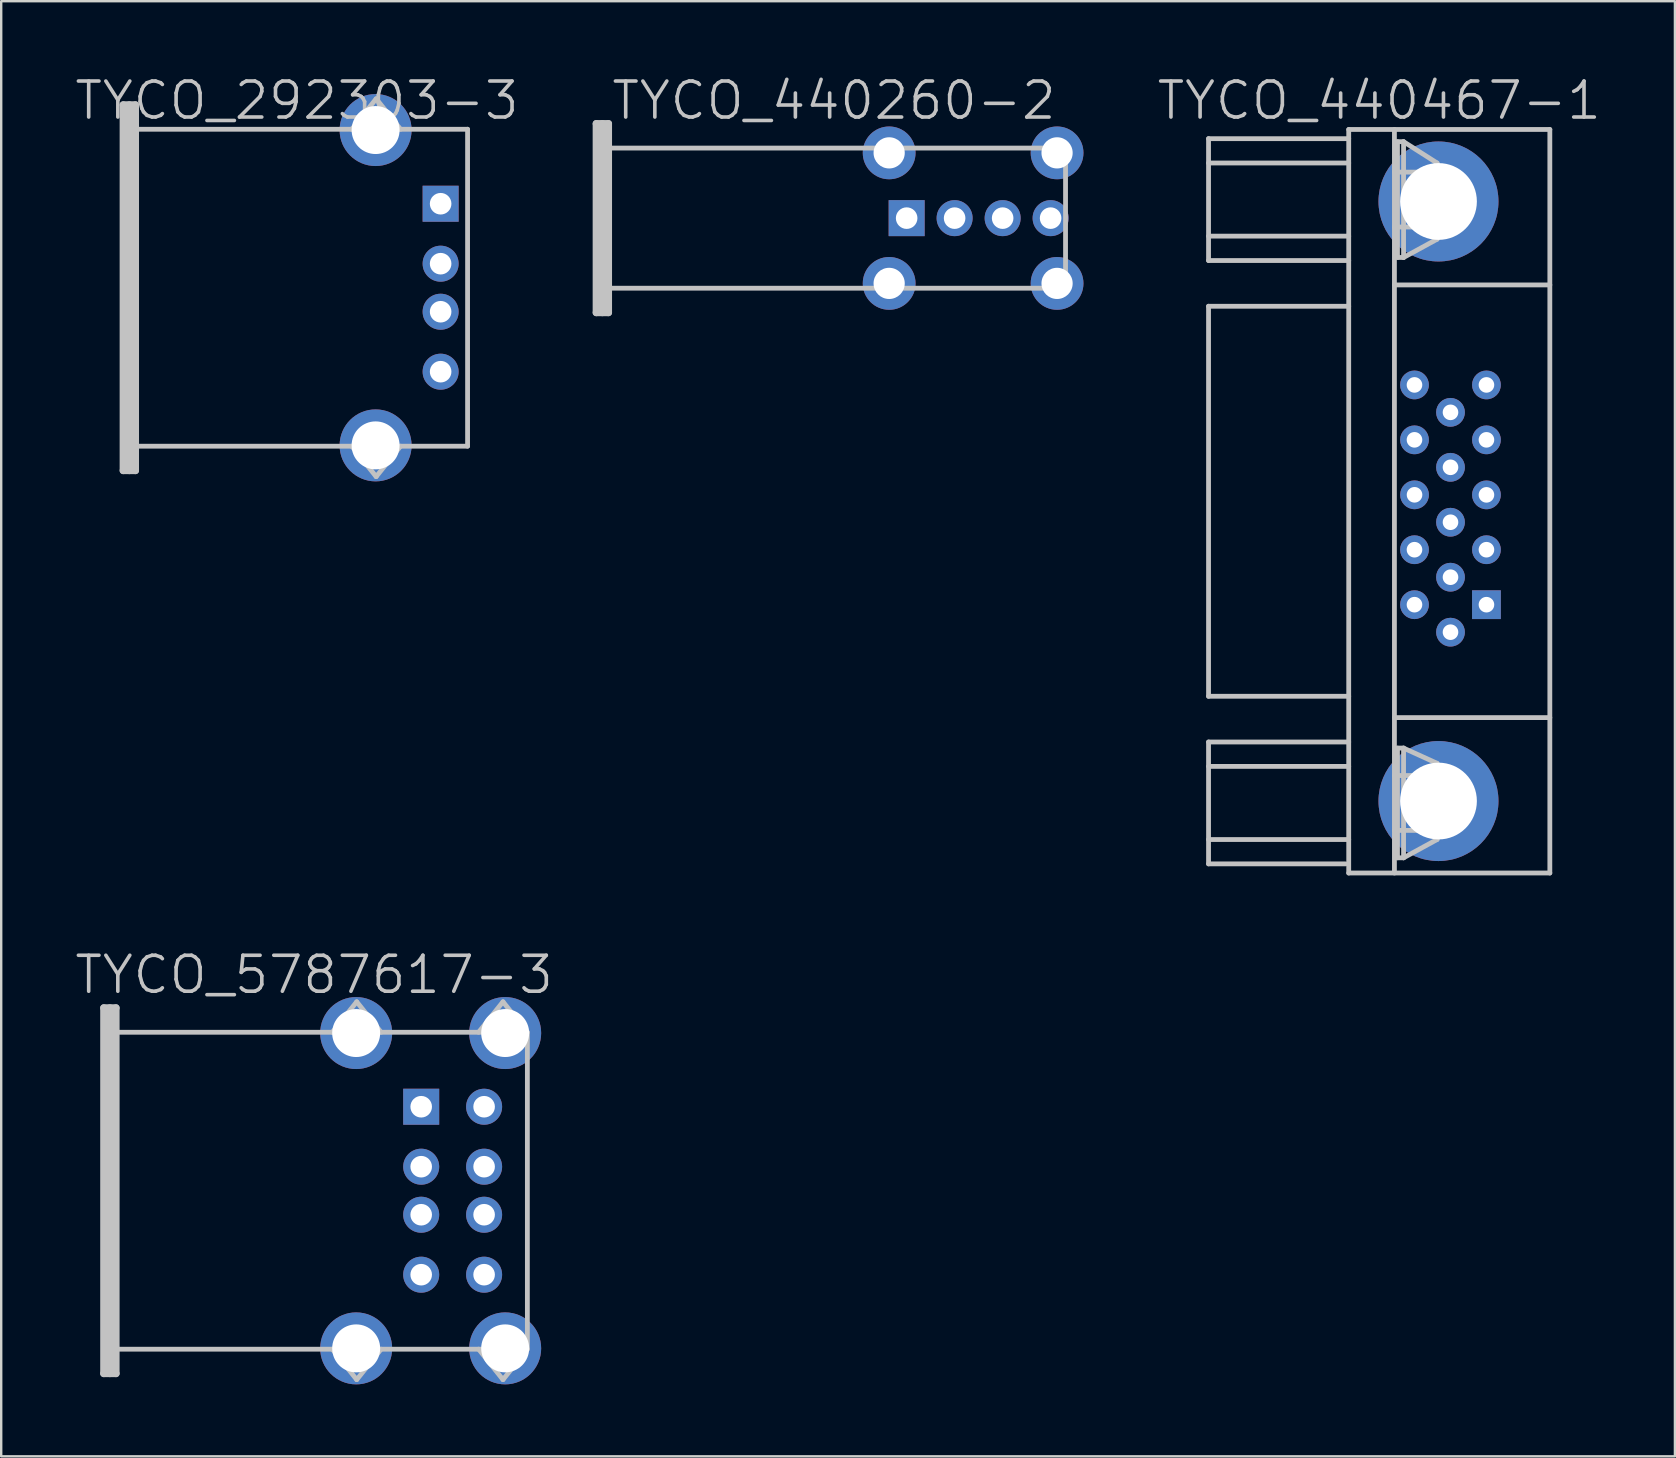
<source format=kicad_pcb>
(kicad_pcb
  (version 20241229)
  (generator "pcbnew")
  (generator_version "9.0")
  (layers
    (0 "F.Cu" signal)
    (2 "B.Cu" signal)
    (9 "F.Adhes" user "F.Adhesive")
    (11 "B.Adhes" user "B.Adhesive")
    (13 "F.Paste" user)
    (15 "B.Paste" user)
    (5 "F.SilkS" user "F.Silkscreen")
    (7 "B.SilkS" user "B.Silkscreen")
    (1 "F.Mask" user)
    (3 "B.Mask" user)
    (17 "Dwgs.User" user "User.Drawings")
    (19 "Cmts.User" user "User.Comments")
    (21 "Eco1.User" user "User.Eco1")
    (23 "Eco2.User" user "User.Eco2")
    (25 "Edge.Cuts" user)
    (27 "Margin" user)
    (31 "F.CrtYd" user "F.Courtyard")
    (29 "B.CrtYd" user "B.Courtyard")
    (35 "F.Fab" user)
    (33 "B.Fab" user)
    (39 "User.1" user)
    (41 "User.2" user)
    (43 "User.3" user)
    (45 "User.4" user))
  (footprint "TYCO_440467-1"
    (layer "F.Cu")
    (at 54.43 17.841)
    (property "Reference" "TYCO_440467-1" (at 0 -16.7 180) (layer "Dwgs.User") (effects (font (size 1.5 1.5) (thickness 0.15))))
    (attr through_hole)
    (fp_line (start -7.112 -15.113) (end -7.112 -10.033) (stroke (width 0.2) (type solid)) (layer "Dwgs.User"))
    (fp_line (start -7.112 -8.128) (end -7.112 8.128) (stroke (width 0.2) (type solid)) (layer "Dwgs.User"))
    (fp_line (start -7.112 8.128) (end -1.27 8.128) (stroke (width 0.2) (type solid)) (layer "Dwgs.User"))
    (fp_line (start -7.112 10.033) (end -7.112 15.113) (stroke (width 0.2) (type solid)) (layer "Dwgs.User"))
    (fp_line (start -7.112 15.113) (end -1.397 15.113) (stroke (width 0.2) (type solid)) (layer "Dwgs.User"))
    (fp_line (start -1.27 -15.494) (end -1.27 15.494) (stroke (width 0.2) (type solid)) (layer "Dwgs.User"))
    (fp_line (start -1.27 -15.494) (end 7.112 -15.494) (stroke (width 0.2) (type solid)) (layer "Dwgs.User"))
    (fp_line (start -1.27 -15.113) (end -7.112 -15.113) (stroke (width 0.2) (type solid)) (layer "Dwgs.User"))
    (fp_line (start -1.27 -14.097) (end -7.112 -14.097) (stroke (width 0.2) (type solid)) (layer "Dwgs.User"))
    (fp_line (start -1.27 -11.049) (end -7.112 -11.049) (stroke (width 0.2) (type solid)) (layer "Dwgs.User"))
    (fp_line (start -1.27 -10.033) (end -7.112 -10.033) (stroke (width 0.2) (type solid)) (layer "Dwgs.User"))
    (fp_line (start -1.27 -8.128) (end -7.112 -8.128) (stroke (width 0.2) (type solid)) (layer "Dwgs.User"))
    (fp_line (start -1.27 10.033) (end -7.112 10.033) (stroke (width 0.2) (type solid)) (layer "Dwgs.User"))
    (fp_line (start -1.27 11.049) (end -7.112 11.049) (stroke (width 0.2) (type solid)) (layer "Dwgs.User"))
    (fp_line (start -1.27 14.097) (end -7.112 14.097) (stroke (width 0.2) (type solid)) (layer "Dwgs.User"))
    (fp_line (start 0.635 -15.494) (end 0.635 15.494) (stroke (width 0.2) (type solid)) (layer "Dwgs.User"))
    (fp_line (start 0.635 -13.716) (end 3.175 -13.716) (stroke (width 0.2) (type solid)) (layer "Dwgs.User"))
    (fp_line (start 0.635 9.017) (end 7.112 9.017) (stroke (width 0.2) (type solid)) (layer "Dwgs.User"))
    (fp_line (start 0.635 11.43) (end 3.175 11.43) (stroke (width 0.2) (type solid)) (layer "Dwgs.User"))
    (fp_line (start 0.762 -14.986) (end 0.762 -10.16) (stroke (width 0.2) (type solid)) (layer "Dwgs.User"))
    (fp_line (start 0.762 -10.16) (end 1.016 -10.16) (stroke (width 0.2) (type solid)) (layer "Dwgs.User"))
    (fp_line (start 0.762 10.287) (end 0.762 14.859) (stroke (width 0.2) (type solid)) (layer "Dwgs.User"))
    (fp_line (start 0.762 14.859) (end 1.016 14.859) (stroke (width 0.2) (type solid)) (layer "Dwgs.User"))
    (fp_line (start 1.016 -14.986) (end 0.762 -14.986) (stroke (width 0.2) (type solid)) (layer "Dwgs.User"))
    (fp_line (start 1.016 -10.16) (end 1.016 -14.986) (stroke (width 0.2) (type solid)) (layer "Dwgs.User"))
    (fp_line (start 1.016 10.287) (end 0.762 10.287) (stroke (width 0.2) (type solid)) (layer "Dwgs.User"))
    (fp_line (start 1.016 14.859) (end 1.016 10.287) (stroke (width 0.2) (type solid)) (layer "Dwgs.User"))
    (fp_line (start 2.413 -14.097) (end 1.016 -14.986) (stroke (width 0.2) (type solid)) (layer "Dwgs.User"))
    (fp_line (start 2.413 -14.097) (end 2.413 -10.922) (stroke (width 0.2) (type solid)) (layer "Dwgs.User"))
    (fp_line (start 2.413 -10.922) (end 1.016 -10.16) (stroke (width 0.2) (type solid)) (layer "Dwgs.User"))
    (fp_line (start 2.413 10.922) (end 1.016 10.287) (stroke (width 0.2) (type solid)) (layer "Dwgs.User"))
    (fp_line (start 2.413 10.922) (end 2.413 14.097) (stroke (width 0.2) (type solid)) (layer "Dwgs.User"))
    (fp_line (start 2.413 14.097) (end 1.016 14.859) (stroke (width 0.2) (type solid)) (layer "Dwgs.User"))
    (fp_line (start 3.175 -13.716) (end 3.175 -11.43) (stroke (width 0.2) (type solid)) (layer "Dwgs.User"))
    (fp_line (start 3.175 -11.43) (end 0.635 -11.43) (stroke (width 0.2) (type solid)) (layer "Dwgs.User"))
    (fp_line (start 3.175 11.43) (end 3.175 13.716) (stroke (width 0.2) (type solid)) (layer "Dwgs.User"))
    (fp_line (start 3.175 13.716) (end 0.635 13.716) (stroke (width 0.2) (type solid)) (layer "Dwgs.User"))
    (fp_line (start 7.112 -9.017) (end 0.635 -9.017) (stroke (width 0.2) (type solid)) (layer "Dwgs.User"))
    (fp_line (start 7.112 15.494) (end -1.27 15.494) (stroke (width 0.2) (type solid)) (layer "Dwgs.User"))
    (fp_line (start 7.112 15.494) (end 7.112 -15.494) (stroke (width 0.2) (type solid)) (layer "Dwgs.User"))
    (pad "" thru_hole circle (at 2.471 -12.494 270) (size 5.001 5.001) (drill 3.2) (layers "*.Cu"))
    (pad "" thru_hole circle (at 2.471 12.494 270) (size 5.001 5.001) (drill 3.2) (layers "*.Cu"))
    (pad "1" thru_hole rect (at 4.47 4.31) (size 1.199 1.199) (drill 0.65) (layers "*.Cu"))
    (pad "2" thru_hole circle (at 4.47 2.019 270) (size 1.199 1.199) (drill 0.65) (layers "*.Cu"))
    (pad "3" thru_hole circle (at 4.47 -0.267 270) (size 1.199 1.199) (drill 0.65) (layers "*.Cu"))
    (pad "4" thru_hole circle (at 4.47 -2.56 270) (size 1.199 1.199) (drill 0.65) (layers "*.Cu"))
    (pad "5" thru_hole circle (at 4.47 -4.849 270) (size 1.199 1.199) (drill 0.65) (layers "*.Cu"))
    (pad "6" thru_hole circle (at 2.972 5.456 270) (size 1.199 1.199) (drill 0.65) (layers "*.Cu"))
    (pad "7" thru_hole circle (at 2.972 3.165 270) (size 1.199 1.199) (drill 0.65) (layers "*.Cu"))
    (pad "8" thru_hole circle (at 2.972 0.874 270) (size 1.199 1.199) (drill 0.65) (layers "*.Cu"))
    (pad "9" thru_hole circle (at 2.972 -1.415 270) (size 1.199 1.199) (drill 0.65) (layers "*.Cu"))
    (pad "10" thru_hole circle (at 2.972 -3.706 270) (size 1.199 1.199) (drill 0.65) (layers "*.Cu"))
    (pad "11" thru_hole circle (at 1.471 4.31 270) (size 1.199 1.199) (drill 0.65) (layers "*.Cu"))
    (pad "12" thru_hole circle (at 1.471 2.019 270) (size 1.199 1.199) (drill 0.65) (layers "*.Cu"))
    (pad "13" thru_hole circle (at 1.473 -0.269 270) (size 1.199 1.199) (drill 0.65) (layers "*.Cu"))
    (pad "14" thru_hole circle (at 1.471 -2.56 270) (size 1.199 1.199) (drill 0.65) (layers "*.Cu"))
    (pad "15" thru_hole circle (at 1.471 -4.849 270) (size 1.199 1.199) (drill 0.65) (layers "*.Cu")))
  (footprint "TYCO_440260-2"
    (layer "F.Cu")
    (at 31.706 6.041)
    (property "Reference" "TYCO_440260-2" (at 0 -4.9 180) (layer "Dwgs.User") (effects (font (size 1.5 1.5) (thickness 0.15))))
    (attr through_hole)
    (fp_line (start -9.906 -3.937) (end -9.906 3.937) (stroke (width 0.3) (type solid)) (layer "Dwgs.User"))
    (fp_line (start -9.906 3.937) (end -9.398 3.937) (stroke (width 0.3) (type solid)) (layer "Dwgs.User"))
    (fp_line (start -9.652 2.921) (end 9.652 2.921) (stroke (width 0.2) (type solid)) (layer "Dwgs.User"))
    (fp_line (start -9.652 3.937) (end -9.652 -3.937) (stroke (width 0.3) (type solid)) (layer "Dwgs.User"))
    (fp_line (start -9.398 -3.937) (end -9.906 -3.937) (stroke (width 0.3) (type solid)) (layer "Dwgs.User"))
    (fp_line (start -9.398 3.937) (end -9.398 -3.937) (stroke (width 0.3) (type solid)) (layer "Dwgs.User"))
    (fp_line (start 9.652 -2.921) (end -9.652 -2.921) (stroke (width 0.2) (type solid)) (layer "Dwgs.User"))
    (fp_line (start 9.652 2.921) (end 9.652 -2.921) (stroke (width 0.2) (type solid)) (layer "Dwgs.User"))
    (pad "" thru_hole circle (at 2.301 -2.72 270) (size 2.2 2.2) (drill 1.3) (layers "*.Cu"))
    (pad "" thru_hole circle (at 2.301 2.72 270) (size 2.2 2.2) (drill 1.3) (layers "*.Cu"))
    (pad "" thru_hole circle (at 9.299 -2.72 270) (size 2.2 2.2) (drill 1.3) (layers "*.Cu"))
    (pad "" thru_hole circle (at 9.299 2.72 270) (size 2.2 2.2) (drill 1.3) (layers "*.Cu"))
    (pad "1" thru_hole rect (at 3.03 0) (size 1.501 1.501) (drill 0.899) (layers "*.Cu"))
    (pad "2" thru_hole circle (at 5.029 0 270) (size 1.501 1.501) (drill 0.899) (layers "*.Cu"))
    (pad "3" thru_hole circle (at 7.031 0 270) (size 1.501 1.501) (drill 0.899) (layers "*.Cu"))
    (pad "4" thru_hole circle (at 9.03 0 270) (size 1.501 1.501) (drill 0.899) (layers "*.Cu")))
  (footprint "TYCO_5787617-3"
    (layer "F.Cu")
    (at 10.039 46.575)
    (property "Reference" "TYCO_5787617-3" (at 0 -9 180) (layer "Dwgs.User") (effects (font (size 1.5 1.5) (thickness 0.15))))
    (attr through_hole)
    (fp_line (start -8.763 7.62) (end -8.763 -7.62) (stroke (width 0.3) (type solid)) (layer "Dwgs.User"))
    (fp_line (start -8.636 6.604) (end 8.636 6.604) (stroke (width 0.2) (type solid)) (layer "Dwgs.User"))
    (fp_line (start -8.509 -7.62) (end -8.509 7.62) (stroke (width 0.3) (type solid)) (layer "Dwgs.User"))
    (fp_line (start -8.255 -7.62) (end -8.763 -7.62) (stroke (width 0.3) (type solid)) (layer "Dwgs.User"))
    (fp_line (start -8.255 -7.62) (end -8.255 7.62) (stroke (width 0.3) (type solid)) (layer "Dwgs.User"))
    (fp_line (start -8.255 7.62) (end -8.763 7.62) (stroke (width 0.3) (type solid)) (layer "Dwgs.User"))
    (fp_line (start 1.778 -7.874) (end 0.762 -6.604) (stroke (width 0.2) (type solid)) (layer "Dwgs.User"))
    (fp_line (start 1.778 7.874) (end 0.762 6.604) (stroke (width 0.2) (type solid)) (layer "Dwgs.User"))
    (fp_line (start 2.794 -6.604) (end 1.778 -7.874) (stroke (width 0.2) (type solid)) (layer "Dwgs.User"))
    (fp_line (start 2.794 6.604) (end 1.778 7.874) (stroke (width 0.2) (type solid)) (layer "Dwgs.User"))
    (fp_line (start 7.874 -7.874) (end 6.858 -6.604) (stroke (width 0.2) (type solid)) (layer "Dwgs.User"))
    (fp_line (start 7.874 7.874) (end 6.858 6.604) (stroke (width 0.2) (type solid)) (layer "Dwgs.User"))
    (fp_line (start 8.636 -6.604) (end -8.636 -6.604) (stroke (width 0.2) (type solid)) (layer "Dwgs.User"))
    (fp_line (start 8.89 -6.604) (end 7.874 -7.874) (stroke (width 0.2) (type solid)) (layer "Dwgs.User"))
    (fp_line (start 8.89 6.604) (end 7.874 7.874) (stroke (width 0.2) (type solid)) (layer "Dwgs.User"))
    (fp_line (start 8.89 6.604) (end 8.89 -6.604) (stroke (width 0.2) (type solid)) (layer "Dwgs.User"))
    (pad "" thru_hole circle (at 1.755 -6.571 270) (size 3 3) (drill 1.999) (layers "*.Cu"))
    (pad "" thru_hole circle (at 1.755 6.571 270) (size 3 3) (drill 1.999) (layers "*.Cu"))
    (pad "" thru_hole circle (at 7.965 -6.571 270) (size 3 3) (drill 1.999) (layers "*.Cu"))
    (pad "" thru_hole circle (at 7.965 6.571 270) (size 3 3) (drill 1.999) (layers "*.Cu"))
    (pad "1" thru_hole rect (at 4.465 -3.5) (size 1.501 1.501) (drill 0.899) (layers "*.Cu"))
    (pad "2" thru_hole circle (at 4.465 -1.001 270) (size 1.501 1.501) (drill 0.899) (layers "*.Cu"))
    (pad "3" thru_hole circle (at 4.465 1.001 270) (size 1.501 1.501) (drill 0.899) (layers "*.Cu"))
    (pad "4" thru_hole circle (at 4.465 3.5 270) (size 1.501 1.501) (drill 0.899) (layers "*.Cu"))
    (pad "5" thru_hole circle (at 7.087 -3.5 270) (size 1.501 1.501) (drill 0.899) (layers "*.Cu"))
    (pad "6" thru_hole circle (at 7.087 -1.001 270) (size 1.501 1.501) (drill 0.899) (layers "*.Cu"))
    (pad "7" thru_hole circle (at 7.087 1.001 270) (size 1.501 1.501) (drill 0.899) (layers "*.Cu"))
    (pad "8" thru_hole circle (at 7.087 3.5 270) (size 1.501 1.501) (drill 0.899) (layers "*.Cu")))
  (footprint "TYCO_292303-3"
    (layer "F.Cu")
    (at 9.325 8.941)
    (property "Reference" "TYCO_292303-3" (at 0 -7.8 180) (layer "Dwgs.User") (effects (font (size 1.5 1.5) (thickness 0.15))))
    (attr through_hole)
    (fp_line (start -7.239 7.62) (end -7.239 -7.62) (stroke (width 0.3) (type solid)) (layer "Dwgs.User"))
    (fp_line (start -7.112 6.604) (end 7.112 6.604) (stroke (width 0.2) (type solid)) (layer "Dwgs.User"))
    (fp_line (start -6.985 -7.62) (end -6.985 7.62) (stroke (width 0.3) (type solid)) (layer "Dwgs.User"))
    (fp_line (start -6.731 -7.62) (end -7.239 -7.62) (stroke (width 0.3) (type solid)) (layer "Dwgs.User"))
    (fp_line (start -6.731 -7.62) (end -6.731 7.62) (stroke (width 0.3) (type solid)) (layer "Dwgs.User"))
    (fp_line (start -6.731 7.62) (end -7.239 7.62) (stroke (width 0.3) (type solid)) (layer "Dwgs.User"))
    (fp_line (start 3.302 -7.874) (end 2.286 -6.604) (stroke (width 0.2) (type solid)) (layer "Dwgs.User"))
    (fp_line (start 3.302 7.874) (end 2.286 6.604) (stroke (width 0.2) (type solid)) (layer "Dwgs.User"))
    (fp_line (start 4.318 -6.604) (end 3.302 -7.874) (stroke (width 0.2) (type solid)) (layer "Dwgs.User"))
    (fp_line (start 4.318 6.604) (end 3.302 7.874) (stroke (width 0.2) (type solid)) (layer "Dwgs.User"))
    (fp_line (start 7.112 -6.604) (end -7.112 -6.604) (stroke (width 0.2) (type solid)) (layer "Dwgs.User"))
    (fp_line (start 7.112 6.604) (end 7.112 -6.604) (stroke (width 0.2) (type solid)) (layer "Dwgs.User"))
    (pad "" thru_hole circle (at 3.279 -6.571 270) (size 3 3) (drill 1.999) (layers "*.Cu"))
    (pad "" thru_hole circle (at 3.279 6.571 270) (size 3 3) (drill 1.999) (layers "*.Cu"))
    (pad "1" thru_hole rect (at 5.989 -3.5) (size 1.501 1.501) (drill 0.899) (layers "*.Cu"))
    (pad "2" thru_hole circle (at 5.989 -1.001 270) (size 1.501 1.501) (drill 0.899) (layers "*.Cu"))
    (pad "3" thru_hole circle (at 5.989 1.001 270) (size 1.501 1.501) (drill 0.899) (layers "*.Cu"))
    (pad "4" thru_hole circle (at 5.989 3.5 270) (size 1.501 1.501) (drill 0.899) (layers "*.Cu")))
  (gr_rect
    (start -3 -3)
    (end 66.755 57.646)
    (stroke (width 0.1) (type default))
    (fill no)
    (layer "Edge.Cuts")))
</source>
